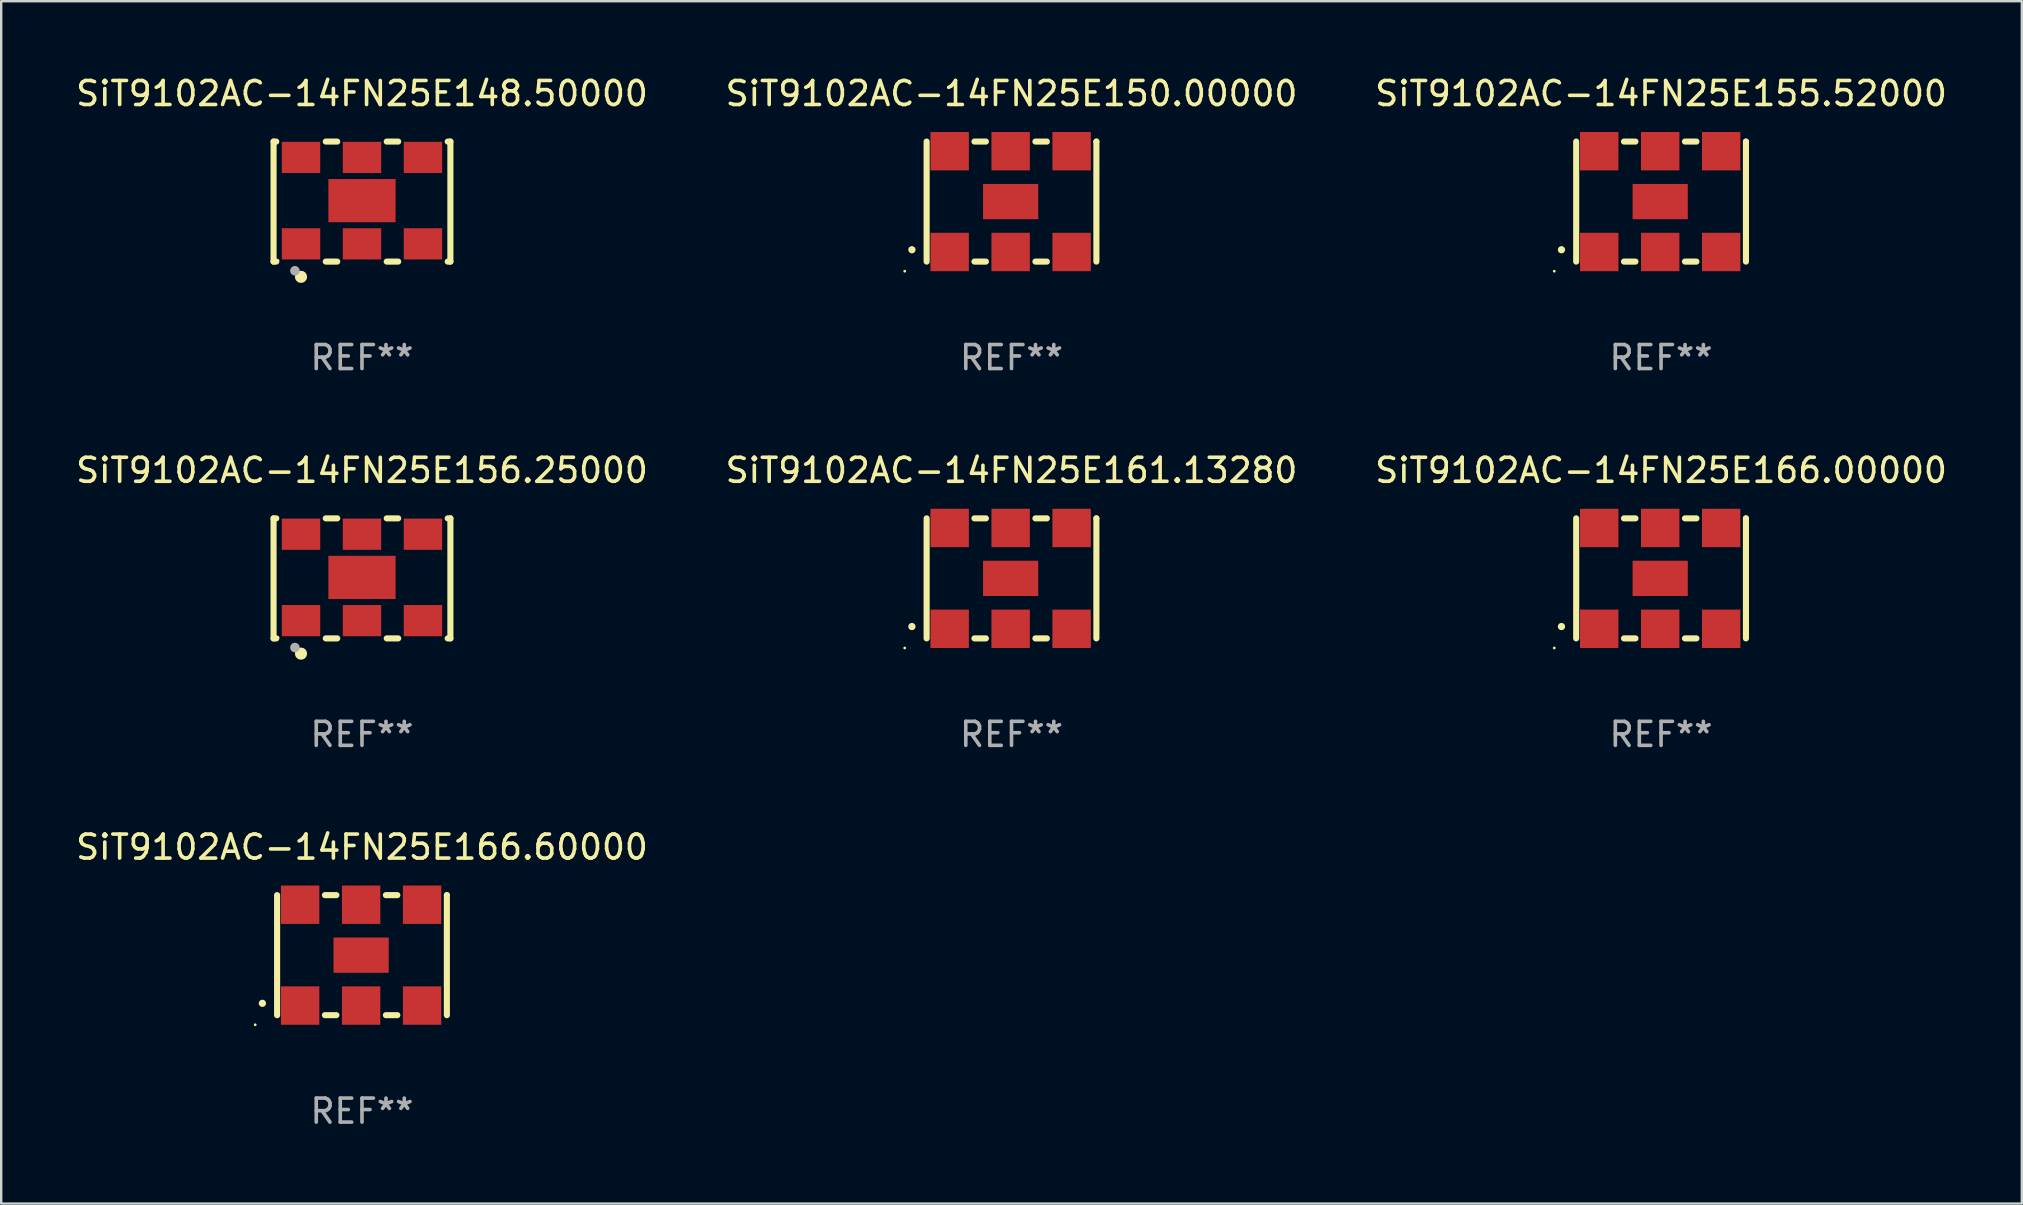
<source format=kicad_pcb>
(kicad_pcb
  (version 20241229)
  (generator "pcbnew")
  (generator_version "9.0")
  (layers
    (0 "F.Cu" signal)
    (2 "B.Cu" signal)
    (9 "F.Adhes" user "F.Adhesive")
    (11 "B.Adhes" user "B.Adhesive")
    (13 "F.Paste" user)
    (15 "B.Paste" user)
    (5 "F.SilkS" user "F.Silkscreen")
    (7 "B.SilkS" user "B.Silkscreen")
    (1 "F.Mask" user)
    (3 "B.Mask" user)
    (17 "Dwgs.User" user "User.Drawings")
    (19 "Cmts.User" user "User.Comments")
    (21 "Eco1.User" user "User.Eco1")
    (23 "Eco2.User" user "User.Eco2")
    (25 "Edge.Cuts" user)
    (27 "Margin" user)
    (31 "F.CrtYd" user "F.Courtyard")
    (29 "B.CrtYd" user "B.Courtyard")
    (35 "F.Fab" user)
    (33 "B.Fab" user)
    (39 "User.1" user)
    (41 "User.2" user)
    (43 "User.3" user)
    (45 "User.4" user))
  (footprint "SiT9102AC-14FN25E148.50000"
    (layer "F.Cu")
    (at 12.03 5.348)
    (property "Reference" "SiT9102AC-14FN25E148.50000" (at 0 -4.5 0) (layer "F.SilkS") (effects (font (size 1 1) (thickness 0.15))))
    (attr through_hole)
    (fp_line (start -3.683 -2.5) (end -3.571 -2.5) (stroke (width 0.254) (type solid)) (layer "F.SilkS"))
    (fp_line (start -3.683 2.5) (end -3.683 -2.5) (stroke (width 0.254) (type solid)) (layer "F.SilkS"))
    (fp_line (start -3.683 2.5) (end -3.571 2.5) (stroke (width 0.254) (type solid)) (layer "F.SilkS"))
    (fp_line (start -1.509 -2.5) (end -1.031 -2.5) (stroke (width 0.254) (type solid)) (layer "F.SilkS"))
    (fp_line (start -1.509 2.5) (end -1.031 2.5) (stroke (width 0.254) (type solid)) (layer "F.SilkS"))
    (fp_line (start 1.031 -2.5) (end 1.509 -2.5) (stroke (width 0.254) (type solid)) (layer "F.SilkS"))
    (fp_line (start 1.031 2.5) (end 1.509 2.5) (stroke (width 0.254) (type solid)) (layer "F.SilkS"))
    (fp_line (start 3.571 -2.5) (end 3.683 -2.5) (stroke (width 0.254) (type solid)) (layer "F.SilkS"))
    (fp_line (start 3.571 2.5) (end 3.683 2.5) (stroke (width 0.254) (type solid)) (layer "F.SilkS"))
    (fp_line (start 3.683 2.5) (end 3.683 -2.5) (stroke (width 0.254) (type solid)) (layer "F.SilkS"))
    (fp_circle (center -3.5 2.46) (end -3.47 2.46) (stroke (width 0.06) (type solid)) (fill no) (layer "F.SilkS"))
    (fp_circle (center -2.54 3.135) (end -2.413 3.135) (stroke (width 0.254) (type solid)) (fill no) (layer "F.SilkS"))
    (fp_circle (center -2.794 2.881) (end -2.694 2.881) (stroke (width 0.2) (type solid)) (fill no) (layer "F.Fab"))
    (fp_text user "REF**" (at 0 6.5 0) (layer "F.Fab") (effects (font (size 1 1) (thickness 0.15))))
    (pad "1" smd rect (at -2.54 1.76) (size 1.6 1.3) (layers "F.Cu" "F.Mask" "F.Paste"))
    (pad "2" smd rect (at 0 1.76) (size 1.6 1.3) (layers "F.Cu" "F.Mask" "F.Paste"))
    (pad "3" smd rect (at 2.54 1.76) (size 1.6 1.3) (layers "F.Cu" "F.Mask" "F.Paste"))
    (pad "4" smd rect (at 2.54 -1.84) (size 1.6 1.3) (layers "F.Cu" "F.Mask" "F.Paste"))
    (pad "5" smd rect (at 0 -1.84) (size 1.6 1.3) (layers "F.Cu" "F.Mask" "F.Paste"))
    (pad "6" smd rect (at -2.54 -1.84) (size 1.6 1.3) (layers "F.Cu" "F.Mask" "F.Paste"))
    (pad "7" smd rect (at 0 -0.04) (size 2.8 1.8) (layers "F.Cu" "F.Mask" "F.Paste")))
  (footprint "SiT9102AC-14FN25E166.60000"
    (layer "F.Cu")
    (at 12.03 36.741)
    (property "Reference" "SiT9102AC-14FN25E166.60000" (at 0 -4.5 0) (layer "F.SilkS") (effects (font (size 1 1) (thickness 0.15))))
    (attr through_hole)
    (fp_line (start -3.536 -2.5) (end -3.536 2.5) (stroke (width 0.254) (type solid)) (layer "F.SilkS"))
    (fp_line (start -1.544 2.5) (end -1.067 2.5) (stroke (width 0.254) (type solid)) (layer "F.SilkS"))
    (fp_line (start -1.067 -2.5) (end -1.544 -2.5) (stroke (width 0.254) (type solid)) (layer "F.SilkS"))
    (fp_line (start 0.996 2.5) (end 1.473 2.5) (stroke (width 0.254) (type solid)) (layer "F.SilkS"))
    (fp_line (start 1.473 -2.5) (end 0.996 -2.5) (stroke (width 0.254) (type solid)) (layer "F.SilkS"))
    (fp_line (start 3.536 -2.5) (end 3.536 -2.5) (stroke (width 0.254) (type solid)) (layer "F.SilkS"))
    (fp_line (start 3.536 2.5) (end 3.536 -2.5) (stroke (width 0.254) (type solid)) (layer "F.SilkS"))
    (fp_arc (start -4.150432 2.006604) (mid -4.149162 2.006599) (end -4.147892 2.006604) (stroke (width 0.3) (type solid)) (layer "F.SilkS"))
    (fp_circle (center -4.449 2.9) (end -4.419 2.9) (stroke (width 0.06) (type solid)) (fill no) (layer "F.SilkS"))
    (fp_text user "REF**" (at 0 6.5 0) (layer "F.Fab") (effects (font (size 1 1) (thickness 0.15))))
    (pad "1" smd rect (at -2.576 2.1) (size 1.6 1.6) (layers "F.Cu" "F.Mask" "F.Paste"))
    (pad "2" smd rect (at -0.036 2.1) (size 1.6 1.6) (layers "F.Cu" "F.Mask" "F.Paste"))
    (pad "3" smd rect (at 2.504 2.1) (size 1.6 1.6) (layers "F.Cu" "F.Mask" "F.Paste"))
    (pad "4" smd rect (at 2.504 -2.1) (size 1.6 1.6) (layers "F.Cu" "F.Mask" "F.Paste"))
    (pad "5" smd rect (at -0.036 -2.1) (size 1.6 1.6) (layers "F.Cu" "F.Mask" "F.Paste"))
    (pad "6" smd rect (at -2.576 -2.1) (size 1.6 1.6) (layers "F.Cu" "F.Mask" "F.Paste"))
    (pad "7" smd rect (at -0.036 0) (size 2.3 1.47) (layers "F.Cu" "F.Mask" "F.Paste")))
  (footprint "SiT9102AC-14FN25E161.13280"
    (layer "F.Cu")
    (at 39.089 21.045)
    (property "Reference" "SiT9102AC-14FN25E161.13280" (at 0 -4.5 0) (layer "F.SilkS") (effects (font (size 1 1) (thickness 0.15))))
    (attr through_hole)
    (fp_line (start -3.536 -2.5) (end -3.536 2.5) (stroke (width 0.254) (type solid)) (layer "F.SilkS"))
    (fp_line (start -1.544 2.5) (end -1.067 2.5) (stroke (width 0.254) (type solid)) (layer "F.SilkS"))
    (fp_line (start -1.067 -2.5) (end -1.544 -2.5) (stroke (width 0.254) (type solid)) (layer "F.SilkS"))
    (fp_line (start 0.996 2.5) (end 1.473 2.5) (stroke (width 0.254) (type solid)) (layer "F.SilkS"))
    (fp_line (start 1.473 -2.5) (end 0.996 -2.5) (stroke (width 0.254) (type solid)) (layer "F.SilkS"))
    (fp_line (start 3.536 -2.5) (end 3.536 -2.5) (stroke (width 0.254) (type solid)) (layer "F.SilkS"))
    (fp_line (start 3.536 2.5) (end 3.536 -2.5) (stroke (width 0.254) (type solid)) (layer "F.SilkS"))
    (fp_arc (start -4.150432 2.006604) (mid -4.149162 2.006599) (end -4.147892 2.006604) (stroke (width 0.3) (type solid)) (layer "F.SilkS"))
    (fp_circle (center -4.449 2.9) (end -4.419 2.9) (stroke (width 0.06) (type solid)) (fill no) (layer "F.SilkS"))
    (fp_text user "REF**" (at 0 6.5 0) (layer "F.Fab") (effects (font (size 1 1) (thickness 0.15))))
    (pad "1" smd rect (at -2.576 2.1) (size 1.6 1.6) (layers "F.Cu" "F.Mask" "F.Paste"))
    (pad "2" smd rect (at -0.036 2.1) (size 1.6 1.6) (layers "F.Cu" "F.Mask" "F.Paste"))
    (pad "3" smd rect (at 2.504 2.1) (size 1.6 1.6) (layers "F.Cu" "F.Mask" "F.Paste"))
    (pad "4" smd rect (at 2.504 -2.1) (size 1.6 1.6) (layers "F.Cu" "F.Mask" "F.Paste"))
    (pad "5" smd rect (at -0.036 -2.1) (size 1.6 1.6) (layers "F.Cu" "F.Mask" "F.Paste"))
    (pad "6" smd rect (at -2.576 -2.1) (size 1.6 1.6) (layers "F.Cu" "F.Mask" "F.Paste"))
    (pad "7" smd rect (at -0.036 0) (size 2.3 1.47) (layers "F.Cu" "F.Mask" "F.Paste")))
  (footprint "SiT9102AC-14FN25E155.52000"
    (layer "F.Cu")
    (at 66.149 5.348)
    (property "Reference" "SiT9102AC-14FN25E155.52000" (at 0 -4.5 0) (layer "F.SilkS") (effects (font (size 1 1) (thickness 0.15))))
    (attr through_hole)
    (fp_line (start -3.536 -2.5) (end -3.536 2.5) (stroke (width 0.254) (type solid)) (layer "F.SilkS"))
    (fp_line (start -1.544 2.5) (end -1.067 2.5) (stroke (width 0.254) (type solid)) (layer "F.SilkS"))
    (fp_line (start -1.067 -2.5) (end -1.544 -2.5) (stroke (width 0.254) (type solid)) (layer "F.SilkS"))
    (fp_line (start 0.996 2.5) (end 1.473 2.5) (stroke (width 0.254) (type solid)) (layer "F.SilkS"))
    (fp_line (start 1.473 -2.5) (end 0.996 -2.5) (stroke (width 0.254) (type solid)) (layer "F.SilkS"))
    (fp_line (start 3.536 -2.5) (end 3.536 -2.5) (stroke (width 0.254) (type solid)) (layer "F.SilkS"))
    (fp_line (start 3.536 2.5) (end 3.536 -2.5) (stroke (width 0.254) (type solid)) (layer "F.SilkS"))
    (fp_arc (start -4.150432 2.006604) (mid -4.149162 2.006599) (end -4.147892 2.006604) (stroke (width 0.3) (type solid)) (layer "F.SilkS"))
    (fp_circle (center -4.449 2.9) (end -4.419 2.9) (stroke (width 0.06) (type solid)) (fill no) (layer "F.SilkS"))
    (fp_text user "REF**" (at 0 6.5 0) (layer "F.Fab") (effects (font (size 1 1) (thickness 0.15))))
    (pad "1" smd rect (at -2.576 2.1) (size 1.6 1.6) (layers "F.Cu" "F.Mask" "F.Paste"))
    (pad "2" smd rect (at -0.036 2.1) (size 1.6 1.6) (layers "F.Cu" "F.Mask" "F.Paste"))
    (pad "3" smd rect (at 2.504 2.1) (size 1.6 1.6) (layers "F.Cu" "F.Mask" "F.Paste"))
    (pad "4" smd rect (at 2.504 -2.1) (size 1.6 1.6) (layers "F.Cu" "F.Mask" "F.Paste"))
    (pad "5" smd rect (at -0.036 -2.1) (size 1.6 1.6) (layers "F.Cu" "F.Mask" "F.Paste"))
    (pad "6" smd rect (at -2.576 -2.1) (size 1.6 1.6) (layers "F.Cu" "F.Mask" "F.Paste"))
    (pad "7" smd rect (at -0.036 0) (size 2.3 1.47) (layers "F.Cu" "F.Mask" "F.Paste")))
  (footprint "SiT9102AC-14FN25E156.25000"
    (layer "F.Cu")
    (at 12.03 21.045)
    (property "Reference" "SiT9102AC-14FN25E156.25000" (at 0 -4.5 0) (layer "F.SilkS") (effects (font (size 1 1) (thickness 0.15))))
    (attr through_hole)
    (fp_line (start -3.683 -2.5) (end -3.571 -2.5) (stroke (width 0.254) (type solid)) (layer "F.SilkS"))
    (fp_line (start -3.683 2.5) (end -3.683 -2.5) (stroke (width 0.254) (type solid)) (layer "F.SilkS"))
    (fp_line (start -3.683 2.5) (end -3.571 2.5) (stroke (width 0.254) (type solid)) (layer "F.SilkS"))
    (fp_line (start -1.509 -2.5) (end -1.031 -2.5) (stroke (width 0.254) (type solid)) (layer "F.SilkS"))
    (fp_line (start -1.509 2.5) (end -1.031 2.5) (stroke (width 0.254) (type solid)) (layer "F.SilkS"))
    (fp_line (start 1.031 -2.5) (end 1.509 -2.5) (stroke (width 0.254) (type solid)) (layer "F.SilkS"))
    (fp_line (start 1.031 2.5) (end 1.509 2.5) (stroke (width 0.254) (type solid)) (layer "F.SilkS"))
    (fp_line (start 3.571 -2.5) (end 3.683 -2.5) (stroke (width 0.254) (type solid)) (layer "F.SilkS"))
    (fp_line (start 3.571 2.5) (end 3.683 2.5) (stroke (width 0.254) (type solid)) (layer "F.SilkS"))
    (fp_line (start 3.683 2.5) (end 3.683 -2.5) (stroke (width 0.254) (type solid)) (layer "F.SilkS"))
    (fp_circle (center -3.5 2.46) (end -3.47 2.46) (stroke (width 0.06) (type solid)) (fill no) (layer "F.SilkS"))
    (fp_circle (center -2.54 3.135) (end -2.413 3.135) (stroke (width 0.254) (type solid)) (fill no) (layer "F.SilkS"))
    (fp_circle (center -2.794 2.881) (end -2.694 2.881) (stroke (width 0.2) (type solid)) (fill no) (layer "F.Fab"))
    (fp_text user "REF**" (at 0 6.5 0) (layer "F.Fab") (effects (font (size 1 1) (thickness 0.15))))
    (pad "1" smd rect (at -2.54 1.76) (size 1.6 1.3) (layers "F.Cu" "F.Mask" "F.Paste"))
    (pad "2" smd rect (at 0 1.76) (size 1.6 1.3) (layers "F.Cu" "F.Mask" "F.Paste"))
    (pad "3" smd rect (at 2.54 1.76) (size 1.6 1.3) (layers "F.Cu" "F.Mask" "F.Paste"))
    (pad "4" smd rect (at 2.54 -1.84) (size 1.6 1.3) (layers "F.Cu" "F.Mask" "F.Paste"))
    (pad "5" smd rect (at 0 -1.84) (size 1.6 1.3) (layers "F.Cu" "F.Mask" "F.Paste"))
    (pad "6" smd rect (at -2.54 -1.84) (size 1.6 1.3) (layers "F.Cu" "F.Mask" "F.Paste"))
    (pad "7" smd rect (at 0 -0.04) (size 2.8 1.8) (layers "F.Cu" "F.Mask" "F.Paste")))
  (footprint "SiT9102AC-14FN25E166.00000"
    (layer "F.Cu")
    (at 66.149 21.045)
    (property "Reference" "SiT9102AC-14FN25E166.00000" (at 0 -4.5 0) (layer "F.SilkS") (effects (font (size 1 1) (thickness 0.15))))
    (attr through_hole)
    (fp_line (start -3.536 -2.5) (end -3.536 2.5) (stroke (width 0.254) (type solid)) (layer "F.SilkS"))
    (fp_line (start -1.544 2.5) (end -1.067 2.5) (stroke (width 0.254) (type solid)) (layer "F.SilkS"))
    (fp_line (start -1.067 -2.5) (end -1.544 -2.5) (stroke (width 0.254) (type solid)) (layer "F.SilkS"))
    (fp_line (start 0.996 2.5) (end 1.473 2.5) (stroke (width 0.254) (type solid)) (layer "F.SilkS"))
    (fp_line (start 1.473 -2.5) (end 0.996 -2.5) (stroke (width 0.254) (type solid)) (layer "F.SilkS"))
    (fp_line (start 3.536 -2.5) (end 3.536 -2.5) (stroke (width 0.254) (type solid)) (layer "F.SilkS"))
    (fp_line (start 3.536 2.5) (end 3.536 -2.5) (stroke (width 0.254) (type solid)) (layer "F.SilkS"))
    (fp_arc (start -4.150432 2.006604) (mid -4.149162 2.006599) (end -4.147892 2.006604) (stroke (width 0.3) (type solid)) (layer "F.SilkS"))
    (fp_circle (center -4.449 2.9) (end -4.419 2.9) (stroke (width 0.06) (type solid)) (fill no) (layer "F.SilkS"))
    (fp_text user "REF**" (at 0 6.5 0) (layer "F.Fab") (effects (font (size 1 1) (thickness 0.15))))
    (pad "1" smd rect (at -2.576 2.1) (size 1.6 1.6) (layers "F.Cu" "F.Mask" "F.Paste"))
    (pad "2" smd rect (at -0.036 2.1) (size 1.6 1.6) (layers "F.Cu" "F.Mask" "F.Paste"))
    (pad "3" smd rect (at 2.504 2.1) (size 1.6 1.6) (layers "F.Cu" "F.Mask" "F.Paste"))
    (pad "4" smd rect (at 2.504 -2.1) (size 1.6 1.6) (layers "F.Cu" "F.Mask" "F.Paste"))
    (pad "5" smd rect (at -0.036 -2.1) (size 1.6 1.6) (layers "F.Cu" "F.Mask" "F.Paste"))
    (pad "6" smd rect (at -2.576 -2.1) (size 1.6 1.6) (layers "F.Cu" "F.Mask" "F.Paste"))
    (pad "7" smd rect (at -0.036 0) (size 2.3 1.47) (layers "F.Cu" "F.Mask" "F.Paste")))
  (footprint "SiT9102AC-14FN25E150.00000"
    (layer "F.Cu")
    (at 39.089 5.348)
    (property "Reference" "SiT9102AC-14FN25E150.00000" (at 0 -4.5 0) (layer "F.SilkS") (effects (font (size 1 1) (thickness 0.15))))
    (attr through_hole)
    (fp_line (start -3.536 -2.5) (end -3.536 2.5) (stroke (width 0.254) (type solid)) (layer "F.SilkS"))
    (fp_line (start -1.544 2.5) (end -1.067 2.5) (stroke (width 0.254) (type solid)) (layer "F.SilkS"))
    (fp_line (start -1.067 -2.5) (end -1.544 -2.5) (stroke (width 0.254) (type solid)) (layer "F.SilkS"))
    (fp_line (start 0.996 2.5) (end 1.473 2.5) (stroke (width 0.254) (type solid)) (layer "F.SilkS"))
    (fp_line (start 1.473 -2.5) (end 0.996 -2.5) (stroke (width 0.254) (type solid)) (layer "F.SilkS"))
    (fp_line (start 3.536 -2.5) (end 3.536 -2.5) (stroke (width 0.254) (type solid)) (layer "F.SilkS"))
    (fp_line (start 3.536 2.5) (end 3.536 -2.5) (stroke (width 0.254) (type solid)) (layer "F.SilkS"))
    (fp_arc (start -4.150432 2.006604) (mid -4.149162 2.006599) (end -4.147892 2.006604) (stroke (width 0.3) (type solid)) (layer "F.SilkS"))
    (fp_circle (center -4.449 2.9) (end -4.419 2.9) (stroke (width 0.06) (type solid)) (fill no) (layer "F.SilkS"))
    (fp_text user "REF**" (at 0 6.5 0) (layer "F.Fab") (effects (font (size 1 1) (thickness 0.15))))
    (pad "1" smd rect (at -2.576 2.1) (size 1.6 1.6) (layers "F.Cu" "F.Mask" "F.Paste"))
    (pad "2" smd rect (at -0.036 2.1) (size 1.6 1.6) (layers "F.Cu" "F.Mask" "F.Paste"))
    (pad "3" smd rect (at 2.504 2.1) (size 1.6 1.6) (layers "F.Cu" "F.Mask" "F.Paste"))
    (pad "4" smd rect (at 2.504 -2.1) (size 1.6 1.6) (layers "F.Cu" "F.Mask" "F.Paste"))
    (pad "5" smd rect (at -0.036 -2.1) (size 1.6 1.6) (layers "F.Cu" "F.Mask" "F.Paste"))
    (pad "6" smd rect (at -2.576 -2.1) (size 1.6 1.6) (layers "F.Cu" "F.Mask" "F.Paste"))
    (pad "7" smd rect (at -0.036 0) (size 2.3 1.47) (layers "F.Cu" "F.Mask" "F.Paste")))
  (gr_rect
    (start -3 -3)
    (end 81.179 47.09)
    (stroke (width 0.1) (type default))
    (fill no)
    (layer "Edge.Cuts")))
</source>
